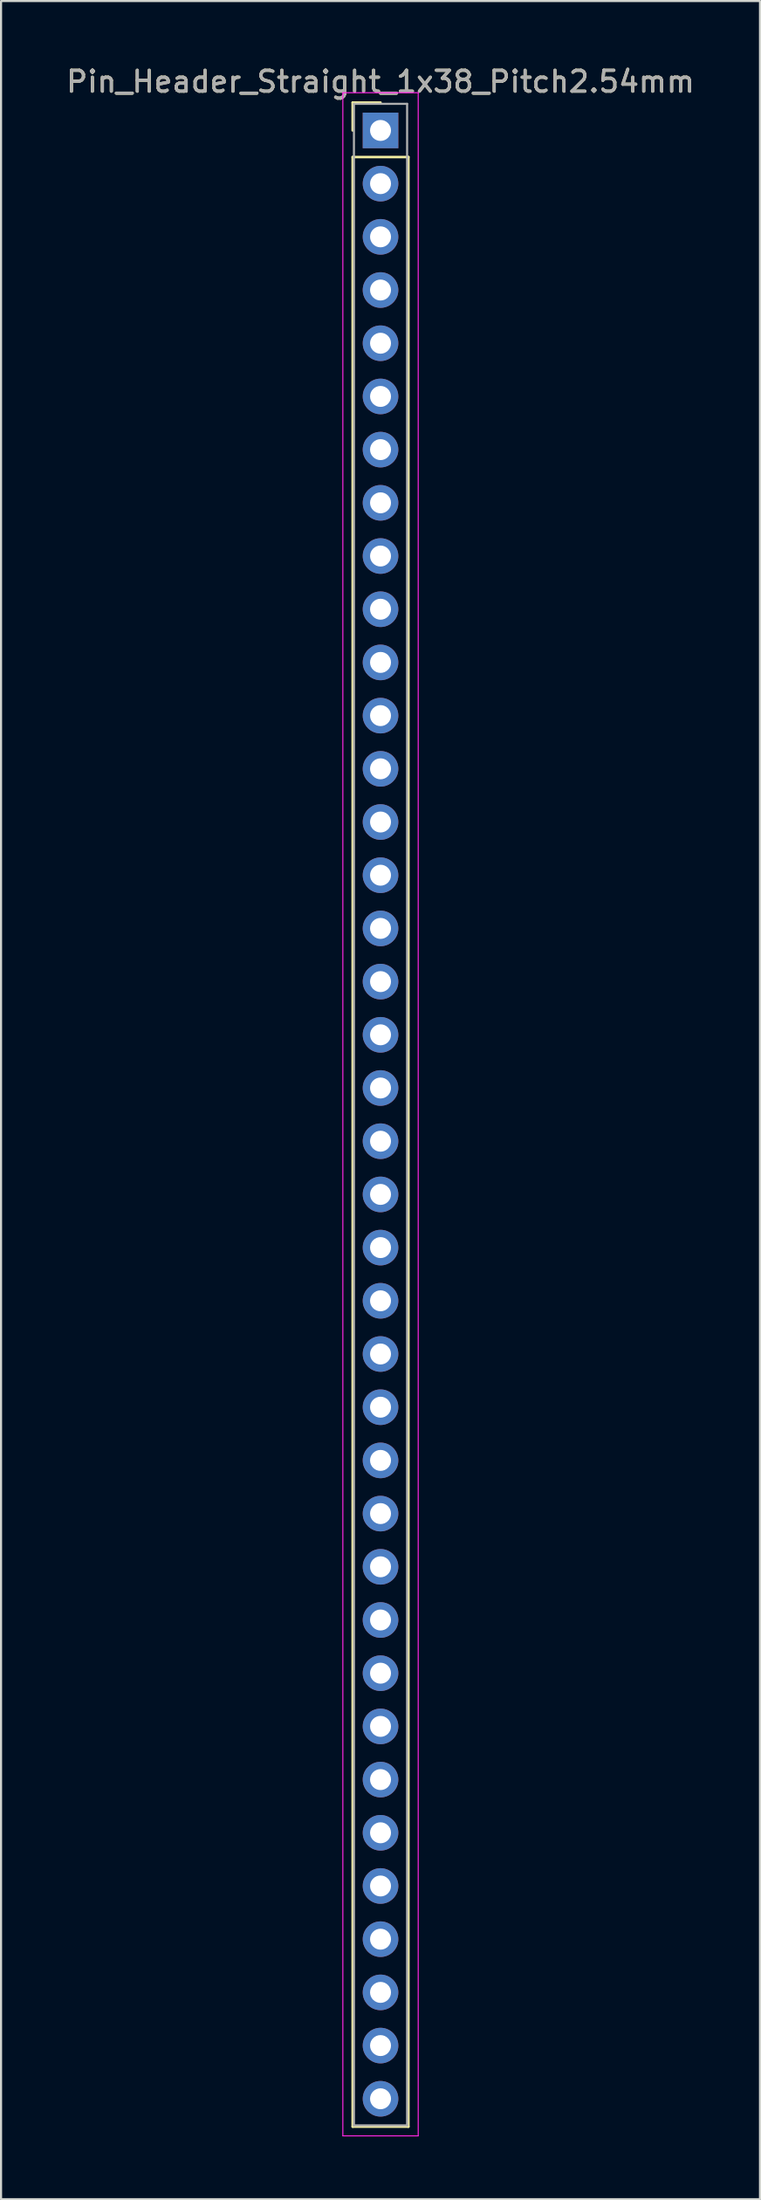
<source format=kicad_pcb>
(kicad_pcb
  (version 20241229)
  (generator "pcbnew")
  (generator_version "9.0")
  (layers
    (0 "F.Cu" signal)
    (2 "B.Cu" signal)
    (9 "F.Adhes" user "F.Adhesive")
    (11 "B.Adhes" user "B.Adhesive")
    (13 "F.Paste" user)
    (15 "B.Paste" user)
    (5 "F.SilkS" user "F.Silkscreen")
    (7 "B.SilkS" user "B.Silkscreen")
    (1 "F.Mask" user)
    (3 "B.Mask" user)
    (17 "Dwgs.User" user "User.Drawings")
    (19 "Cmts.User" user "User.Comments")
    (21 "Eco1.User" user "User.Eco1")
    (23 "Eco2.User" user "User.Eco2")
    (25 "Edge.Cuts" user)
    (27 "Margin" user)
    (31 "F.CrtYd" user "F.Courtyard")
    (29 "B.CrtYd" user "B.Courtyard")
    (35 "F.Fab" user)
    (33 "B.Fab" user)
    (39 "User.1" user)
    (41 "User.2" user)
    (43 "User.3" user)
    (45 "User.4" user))
  (footprint "Pin_Header_Straight_1x38_Pitch2.54mm"
    (layer "F.Cu")
    (at 15.125 3.178)
    (property "Reference" "Pin_Header_Straight_1x38_Pitch2.54mm" (at 0 -2.33 0) (layer "F.SilkS") (effects (font (size 1 1) (thickness 0.15))))
    (attr through_hole)
    (fp_line (start -1.33 -1.33) (end 0 -1.33) (stroke (width 0.12) (type solid)) (layer "F.SilkS"))
    (fp_line (start -1.33 0) (end -1.33 -1.33) (stroke (width 0.12) (type solid)) (layer "F.SilkS"))
    (fp_line (start -1.33 1.27) (end -1.33 95.31) (stroke (width 0.12) (type solid)) (layer "F.SilkS"))
    (fp_line (start -1.33 95.31) (end 1.33 95.31) (stroke (width 0.12) (type solid)) (layer "F.SilkS"))
    (fp_line (start 1.33 1.27) (end -1.33 1.27) (stroke (width 0.12) (type solid)) (layer "F.SilkS"))
    (fp_line (start 1.33 95.31) (end 1.33 1.27) (stroke (width 0.12) (type solid)) (layer "F.SilkS"))
    (fp_line (start -1.8 -1.8) (end -1.8 95.75) (stroke (width 0.05) (type solid)) (layer "F.CrtYd"))
    (fp_line (start -1.8 95.75) (end 1.8 95.75) (stroke (width 0.05) (type solid)) (layer "F.CrtYd"))
    (fp_line (start 1.8 -1.8) (end -1.8 -1.8) (stroke (width 0.05) (type solid)) (layer "F.CrtYd"))
    (fp_line (start 1.8 95.75) (end 1.8 -1.8) (stroke (width 0.05) (type solid)) (layer "F.CrtYd"))
    (fp_line (start -1.27 -1.27) (end -1.27 95.25) (stroke (width 0.1) (type solid)) (layer "F.Fab"))
    (fp_line (start -1.27 95.25) (end 1.27 95.25) (stroke (width 0.1) (type solid)) (layer "F.Fab"))
    (fp_line (start 1.27 -1.27) (end -1.27 -1.27) (stroke (width 0.1) (type solid)) (layer "F.Fab"))
    (fp_line (start 1.27 95.25) (end 1.27 -1.27) (stroke (width 0.1) (type solid)) (layer "F.Fab"))
    (fp_text user "${REFERENCE}" (at 0 -2.33 0) (layer "F.Fab") (effects (font (size 1 1) (thickness 0.15))))
    (pad "1" thru_hole rect (at 0 0) (size 1.7 1.7) (drill 1) (layers "*.Cu" "*.Mask"))
    (pad "2" thru_hole oval (at 0 2.54) (size 1.7 1.7) (drill 1) (layers "*.Cu" "*.Mask"))
    (pad "3" thru_hole oval (at 0 5.08) (size 1.7 1.7) (drill 1) (layers "*.Cu" "*.Mask"))
    (pad "4" thru_hole oval (at 0 7.62) (size 1.7 1.7) (drill 1) (layers "*.Cu" "*.Mask"))
    (pad "5" thru_hole oval (at 0 10.16) (size 1.7 1.7) (drill 1) (layers "*.Cu" "*.Mask"))
    (pad "6" thru_hole oval (at 0 12.7) (size 1.7 1.7) (drill 1) (layers "*.Cu" "*.Mask"))
    (pad "7" thru_hole oval (at 0 15.24) (size 1.7 1.7) (drill 1) (layers "*.Cu" "*.Mask"))
    (pad "8" thru_hole oval (at 0 17.78) (size 1.7 1.7) (drill 1) (layers "*.Cu" "*.Mask"))
    (pad "9" thru_hole oval (at 0 20.32) (size 1.7 1.7) (drill 1) (layers "*.Cu" "*.Mask"))
    (pad "10" thru_hole oval (at 0 22.86) (size 1.7 1.7) (drill 1) (layers "*.Cu" "*.Mask"))
    (pad "11" thru_hole oval (at 0 25.4) (size 1.7 1.7) (drill 1) (layers "*.Cu" "*.Mask"))
    (pad "12" thru_hole oval (at 0 27.94) (size 1.7 1.7) (drill 1) (layers "*.Cu" "*.Mask"))
    (pad "13" thru_hole oval (at 0 30.48) (size 1.7 1.7) (drill 1) (layers "*.Cu" "*.Mask"))
    (pad "14" thru_hole oval (at 0 33.02) (size 1.7 1.7) (drill 1) (layers "*.Cu" "*.Mask"))
    (pad "15" thru_hole oval (at 0 35.56) (size 1.7 1.7) (drill 1) (layers "*.Cu" "*.Mask"))
    (pad "16" thru_hole oval (at 0 38.1) (size 1.7 1.7) (drill 1) (layers "*.Cu" "*.Mask"))
    (pad "17" thru_hole oval (at 0 40.64) (size 1.7 1.7) (drill 1) (layers "*.Cu" "*.Mask"))
    (pad "18" thru_hole oval (at 0 43.18) (size 1.7 1.7) (drill 1) (layers "*.Cu" "*.Mask"))
    (pad "19" thru_hole oval (at 0 45.72) (size 1.7 1.7) (drill 1) (layers "*.Cu" "*.Mask"))
    (pad "20" thru_hole oval (at 0 48.26) (size 1.7 1.7) (drill 1) (layers "*.Cu" "*.Mask"))
    (pad "21" thru_hole oval (at 0 50.8) (size 1.7 1.7) (drill 1) (layers "*.Cu" "*.Mask"))
    (pad "22" thru_hole oval (at 0 53.34) (size 1.7 1.7) (drill 1) (layers "*.Cu" "*.Mask"))
    (pad "23" thru_hole oval (at 0 55.88) (size 1.7 1.7) (drill 1) (layers "*.Cu" "*.Mask"))
    (pad "24" thru_hole oval (at 0 58.42) (size 1.7 1.7) (drill 1) (layers "*.Cu" "*.Mask"))
    (pad "25" thru_hole oval (at 0 60.96) (size 1.7 1.7) (drill 1) (layers "*.Cu" "*.Mask"))
    (pad "26" thru_hole oval (at 0 63.5) (size 1.7 1.7) (drill 1) (layers "*.Cu" "*.Mask"))
    (pad "27" thru_hole oval (at 0 66.04) (size 1.7 1.7) (drill 1) (layers "*.Cu" "*.Mask"))
    (pad "28" thru_hole oval (at 0 68.58) (size 1.7 1.7) (drill 1) (layers "*.Cu" "*.Mask"))
    (pad "29" thru_hole oval (at 0 71.12) (size 1.7 1.7) (drill 1) (layers "*.Cu" "*.Mask"))
    (pad "30" thru_hole oval (at 0 73.66) (size 1.7 1.7) (drill 1) (layers "*.Cu" "*.Mask"))
    (pad "31" thru_hole oval (at 0 76.2) (size 1.7 1.7) (drill 1) (layers "*.Cu" "*.Mask"))
    (pad "32" thru_hole oval (at 0 78.74) (size 1.7 1.7) (drill 1) (layers "*.Cu" "*.Mask"))
    (pad "33" thru_hole oval (at 0 81.28) (size 1.7 1.7) (drill 1) (layers "*.Cu" "*.Mask"))
    (pad "34" thru_hole oval (at 0 83.82) (size 1.7 1.7) (drill 1) (layers "*.Cu" "*.Mask"))
    (pad "35" thru_hole oval (at 0 86.36) (size 1.7 1.7) (drill 1) (layers "*.Cu" "*.Mask"))
    (pad "36" thru_hole oval (at 0 88.9) (size 1.7 1.7) (drill 1) (layers "*.Cu" "*.Mask"))
    (pad "37" thru_hole oval (at 0 91.44) (size 1.7 1.7) (drill 1) (layers "*.Cu" "*.Mask"))
    (pad "38" thru_hole oval (at 0 93.98) (size 1.7 1.7) (drill 1) (layers "*.Cu" "*.Mask")))
  (gr_rect
    (start -3 -3)
    (end 33.25 101.953)
    (stroke (width 0.1) (type default))
    (fill no)
    (layer "Edge.Cuts")))
</source>
